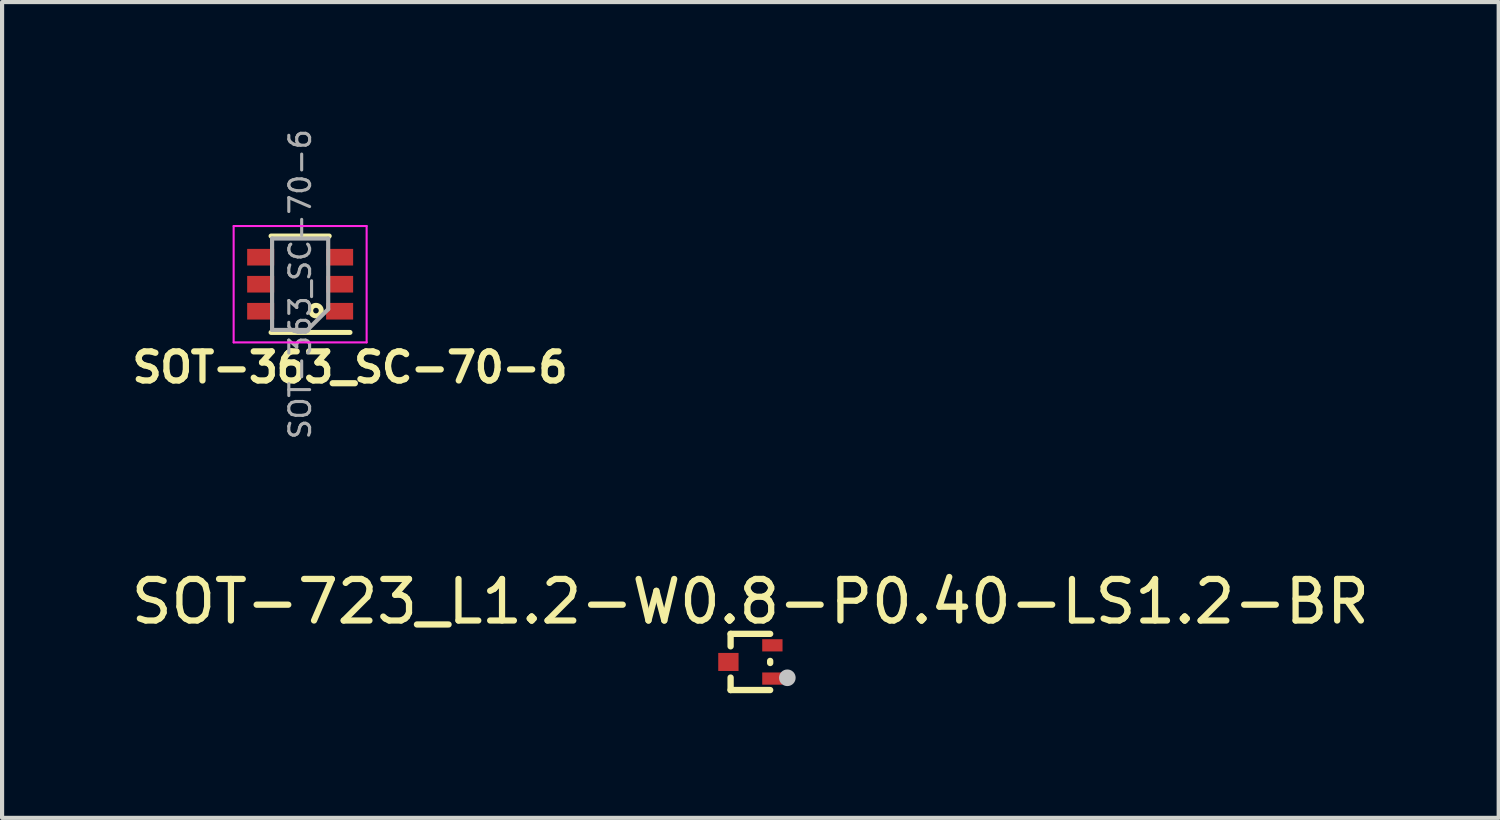
<source format=kicad_pcb>
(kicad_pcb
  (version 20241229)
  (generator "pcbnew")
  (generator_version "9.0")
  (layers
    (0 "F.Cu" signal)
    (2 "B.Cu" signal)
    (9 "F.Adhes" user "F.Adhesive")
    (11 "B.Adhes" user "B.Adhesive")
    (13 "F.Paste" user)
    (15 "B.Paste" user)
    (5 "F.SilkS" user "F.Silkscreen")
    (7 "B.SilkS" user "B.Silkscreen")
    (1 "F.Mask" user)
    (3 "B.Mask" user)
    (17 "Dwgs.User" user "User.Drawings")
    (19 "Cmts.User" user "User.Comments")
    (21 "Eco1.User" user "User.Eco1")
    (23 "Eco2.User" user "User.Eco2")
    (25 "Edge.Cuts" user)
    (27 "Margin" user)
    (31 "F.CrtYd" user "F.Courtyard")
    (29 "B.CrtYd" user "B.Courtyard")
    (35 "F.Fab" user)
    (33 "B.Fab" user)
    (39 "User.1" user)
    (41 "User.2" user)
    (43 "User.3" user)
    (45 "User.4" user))
  (footprint "SOT-723_L1.2-W0.8-P0.40-LS1.2-BR"
    (layer "F.Cu")
    (at 15.006 12.878)
    (property "Reference" "SOT-723_L1.2-W0.8-P0.40-LS1.2-BR" (at 0 -1.452 0) (unlocked yes) (layer "F.SilkS") (effects (font (size 1 1) (thickness 0.15))))
    (fp_line (start -0.476 -0.676) (end -0.476 -0.376) (stroke (width 0.152) (type default)) (layer "F.SilkS"))
    (fp_line (start -0.476 0.676) (end -0.476 0.376) (stroke (width 0.152) (type default)) (layer "F.SilkS"))
    (fp_line (start 0.476 -0.676) (end -0.476 -0.676) (stroke (width 0.152) (type default)) (layer "F.SilkS"))
    (fp_line (start 0.476 -0.025) (end 0.476 0.025) (stroke (width 0.152) (type default)) (layer "F.SilkS"))
    (fp_line (start 0.476 0.676) (end -0.476 0.676) (stroke (width 0.152) (type default)) (layer "F.SilkS"))
    (fp_circle (center 0.889 0.381) (end 0.989 0.381) (stroke (width 0.2) (type default)) (fill no) (layer "Dwgs.User"))
    (fp_poly (pts (xy -0.31 0.155) (xy -0.31 -0.155) (xy -0.6 -0.155) (xy -0.6 0.155)) (stroke (width 0.1) (type default)) (fill no) (layer "User.1"))
    (fp_poly (pts (xy 0.31 -0.295) (xy 0.31 -0.505) (xy 0.6 -0.505) (xy 0.6 -0.295)) (stroke (width 0.1) (type default)) (fill no) (layer "User.1"))
    (fp_poly (pts (xy 0.31 0.505) (xy 0.31 0.295) (xy 0.6 0.295) (xy 0.6 0.505)) (stroke (width 0.1) (type default)) (fill no) (layer "User.1"))
    (fp_line (start -0.4 -0.6) (end 0.4 -0.6) (stroke (width 0.051) (type default)) (layer "User.2"))
    (fp_line (start -0.4 0.6) (end -0.4 -0.6) (stroke (width 0.051) (type default)) (layer "User.2"))
    (fp_line (start 0.4 -0.6) (end 0.4 0.6) (stroke (width 0.051) (type default)) (layer "User.2"))
    (fp_line (start 0.4 0.6) (end -0.4 0.6) (stroke (width 0.051) (type default)) (layer "User.2"))
    (fp_poly (pts (xy 0.66 0.6) (xy 0.642 0.558) (xy 0.6 0.54) (xy 0.558 0.558) (xy 0.54 0.6) (xy 0.558 0.642) (xy 0.6 0.66) (xy 0.642 0.642)) (stroke (width 0.1) (type default)) (fill no) (layer "User.3"))
    (pad "1" smd rect (at 0.529 0.4) (size 0.489 0.294) (layers "F.Cu" "F.Mask" "F.Paste"))
    (pad "2" smd rect (at 0.529 -0.4) (size 0.489 0.294) (layers "F.Cu" "F.Mask" "F.Paste"))
    (pad "3" smd rect (at -0.529 0) (size 0.489 0.434) (layers "F.Cu" "F.Mask" "F.Paste")))
  (footprint "SOT-363_SC-70-6"
    (layer "F.Cu")
    (at 4.172 3.789)
    (property "Reference" "SOT-363_SC-70-6" (at 1.2 2 0) (layer "F.SilkS") (effects (font (size 0.7 0.7) (thickness 0.15))))
    (attr smd)
    (fp_line (start -0.7 1.16) (end 1.2 1.16) (stroke (width 0.12) (type solid)) (layer "F.SilkS"))
    (fp_line (start 0.7 -1.16) (end -0.7 -1.16) (stroke (width 0.12) (type solid)) (layer "F.SilkS"))
    (fp_circle (center 0.381 0.635) (end 0.254 0.635) (stroke (width 0.12) (type solid)) (fill no) (layer "F.SilkS"))
    (fp_line (start -1.6 -1.4) (end -1.6 1.4) (stroke (width 0.05) (type solid)) (layer "F.CrtYd"))
    (fp_line (start 1.6 -1.4) (end -1.6 -1.4) (stroke (width 0.05) (type solid)) (layer "F.CrtYd"))
    (fp_line (start 1.6 1.4) (end -1.6 1.4) (stroke (width 0.05) (type solid)) (layer "F.CrtYd"))
    (fp_line (start 1.6 1.4) (end 1.6 -1.4) (stroke (width 0.05) (type solid)) (layer "F.CrtYd"))
    (fp_line (start -0.675 -1.1) (end 0.675 -1.1) (stroke (width 0.1) (type solid)) (layer "F.Fab"))
    (fp_line (start -0.675 1.1) (end -0.675 -1.1) (stroke (width 0.1) (type solid)) (layer "F.Fab"))
    (fp_line (start -0.675 1.1) (end 0.175 1.1) (stroke (width 0.1) (type solid)) (layer "F.Fab"))
    (fp_line (start 0.175 1.1) (end 0.675 0.6) (stroke (width 0.1) (type solid)) (layer "F.Fab"))
    (fp_line (start 0.675 0.6) (end 0.675 -1.1) (stroke (width 0.1) (type solid)) (layer "F.Fab"))
    (fp_text user "${REFERENCE}" (at 0 0 90) (layer "F.Fab") (effects (font (size 0.5 0.5) (thickness 0.075))))
    (pad "1" smd rect (at 0.95 0.65 180) (size 0.65 0.4) (layers "F.Cu" "F.Mask" "F.Paste"))
    (pad "2" smd rect (at 0.95 0 180) (size 0.65 0.4) (layers "F.Cu" "F.Mask" "F.Paste"))
    (pad "3" smd rect (at 0.95 -0.65 180) (size 0.65 0.4) (layers "F.Cu" "F.Mask" "F.Paste"))
    (pad "4" smd rect (at -0.95 -0.65 180) (size 0.65 0.4) (layers "F.Cu" "F.Mask" "F.Paste"))
    (pad "5" smd rect (at -0.95 0 180) (size 0.65 0.4) (layers "F.Cu" "F.Mask" "F.Paste"))
    (pad "6" smd rect (at -0.95 0.65 180) (size 0.65 0.4) (layers "F.Cu" "F.Mask" "F.Paste")))
  (gr_rect
    (start -3 -3)
    (end 33.012 16.63)
    (stroke (width 0.1) (type default))
    (fill no)
    (layer "Edge.Cuts")))
</source>
